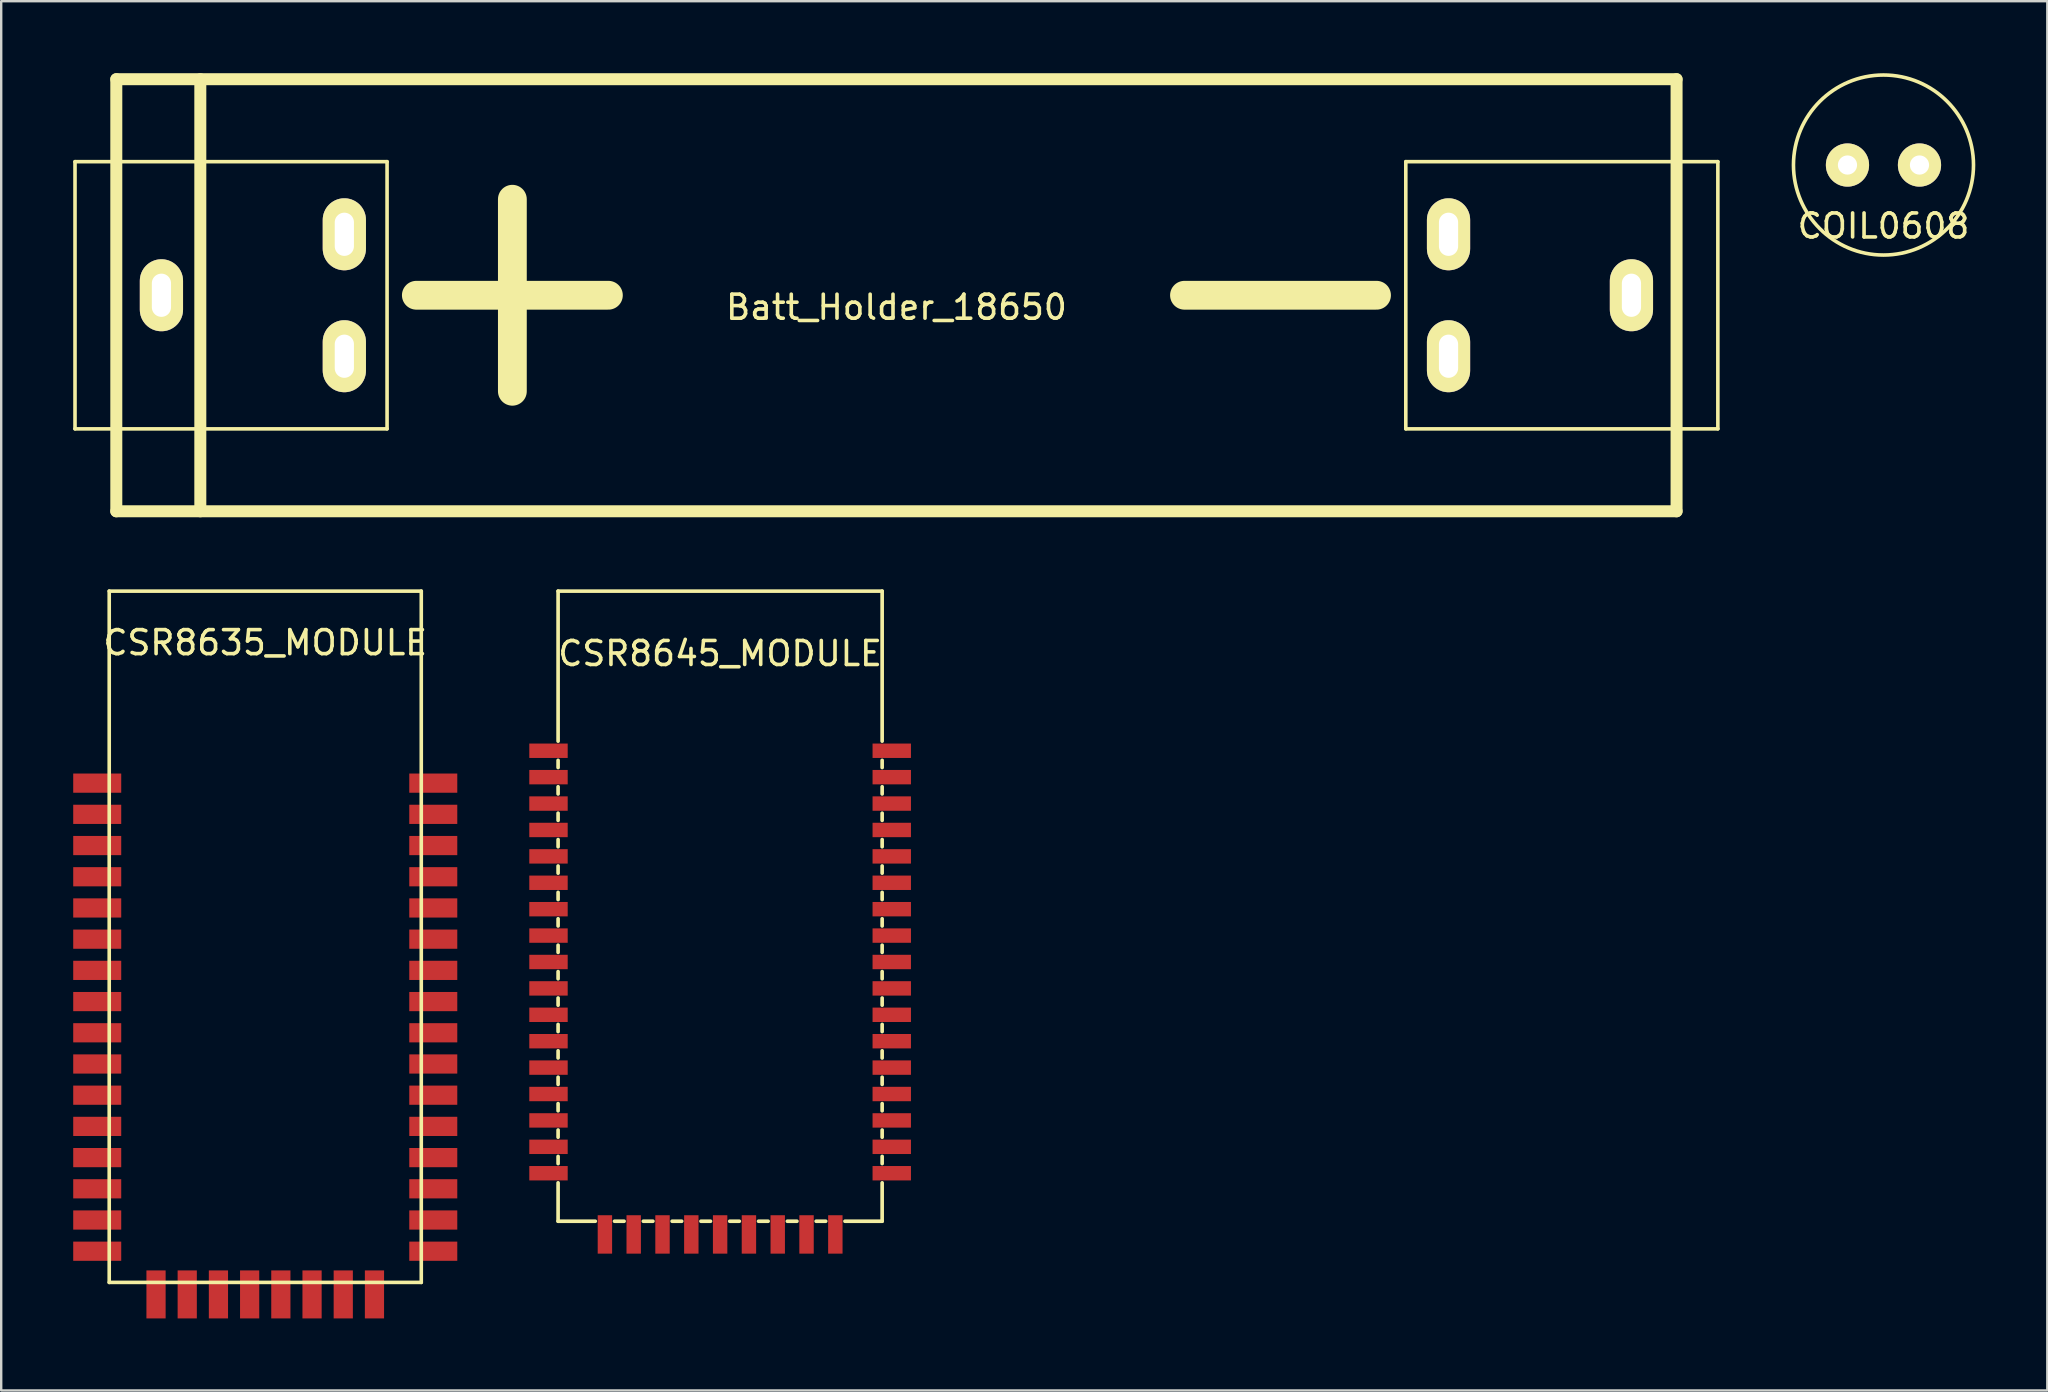
<source format=kicad_pcb>
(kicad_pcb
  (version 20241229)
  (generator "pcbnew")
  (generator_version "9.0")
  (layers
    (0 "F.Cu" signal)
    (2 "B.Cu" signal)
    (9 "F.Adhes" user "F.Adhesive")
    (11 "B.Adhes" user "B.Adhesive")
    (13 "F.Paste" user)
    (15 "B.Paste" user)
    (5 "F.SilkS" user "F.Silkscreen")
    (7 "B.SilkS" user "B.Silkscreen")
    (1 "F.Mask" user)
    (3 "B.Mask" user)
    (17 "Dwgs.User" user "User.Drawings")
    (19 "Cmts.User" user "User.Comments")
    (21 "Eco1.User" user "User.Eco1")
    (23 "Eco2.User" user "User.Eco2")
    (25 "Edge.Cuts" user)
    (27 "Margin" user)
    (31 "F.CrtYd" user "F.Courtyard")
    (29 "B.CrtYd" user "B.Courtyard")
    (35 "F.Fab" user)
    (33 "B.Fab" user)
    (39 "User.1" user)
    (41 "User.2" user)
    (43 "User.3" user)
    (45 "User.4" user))
  (footprint "COIL0608"
    (layer "F.Cu")
    (at 75.415 3.825)
    (property "Reference" "COIL0608" (at 0 2.54 0) (layer "F.SilkS") (effects (font (size 1 1) (thickness 0.15))))
    (attr through_hole)
    (fp_circle (center 0 0) (end 0 3.75) (stroke (width 0.15) (type solid)) (fill no) (layer "F.SilkS"))
    (pad "1" thru_hole circle (at 1.5 0) (size 1.8 1.8) (drill 0.8) (layers "*.Cu" "*.Mask" "F.SilkS"))
    (pad "2" thru_hole circle (at -1.5 0) (size 1.8 1.8) (drill 0.8) (layers "*.Cu" "*.Mask" "F.SilkS")))
  (footprint "CSR8635_MODULE"
    (layer "F.Cu")
    (at 8 50.375)
    (property "Reference" "CSR8635_MODULE" (at 0 -26.65 0) (layer "F.SilkS") (effects (font (size 1 1) (thickness 0.15))))
    (attr through_hole)
    (fp_line (start -6.5 0) (end -6.5 -28.8) (stroke (width 0.15) (type solid)) (layer "F.SilkS"))
    (fp_line (start -6.5 0) (end 6.5 0) (stroke (width 0.15) (type solid)) (layer "F.SilkS"))
    (fp_line (start 6.5 -28.8) (end -6.5 -28.8) (stroke (width 0.15) (type solid)) (layer "F.SilkS"))
    (fp_line (start 6.5 0) (end 6.5 -28.8) (stroke (width 0.15) (type solid)) (layer "F.SilkS"))
    (pad "1" smd rect (at -7 -20.8) (size 2 0.8) (layers "F.Cu" "F.Mask" "F.Paste"))
    (pad "2" smd rect (at -7 -19.5) (size 2 0.8) (layers "F.Cu" "F.Mask" "F.Paste"))
    (pad "3" smd rect (at -7 -18.2) (size 2 0.8) (layers "F.Cu" "F.Mask" "F.Paste"))
    (pad "4" smd rect (at -7 -16.9) (size 2 0.8) (layers "F.Cu" "F.Mask" "F.Paste"))
    (pad "5" smd rect (at -7 -15.6) (size 2 0.8) (layers "F.Cu" "F.Mask" "F.Paste"))
    (pad "6" smd rect (at -7 -14.3) (size 2 0.8) (layers "F.Cu" "F.Mask" "F.Paste"))
    (pad "7" smd rect (at -7 -13) (size 2 0.8) (layers "F.Cu" "F.Mask" "F.Paste"))
    (pad "8" smd rect (at -7 -11.7) (size 2 0.8) (layers "F.Cu" "F.Mask" "F.Paste"))
    (pad "9" smd rect (at -7 -10.4) (size 2 0.8) (layers "F.Cu" "F.Mask" "F.Paste"))
    (pad "10" smd rect (at -7 -9.1) (size 2 0.8) (layers "F.Cu" "F.Mask" "F.Paste"))
    (pad "11" smd rect (at -7 -7.8) (size 2 0.8) (layers "F.Cu" "F.Mask" "F.Paste"))
    (pad "12" smd rect (at -7 -6.5) (size 2 0.8) (layers "F.Cu" "F.Mask" "F.Paste"))
    (pad "13" smd rect (at -7 -5.2) (size 2 0.8) (layers "F.Cu" "F.Mask" "F.Paste"))
    (pad "14" smd rect (at -7 -3.9) (size 2 0.8) (layers "F.Cu" "F.Mask" "F.Paste"))
    (pad "15" smd rect (at -7 -2.6) (size 2 0.8) (layers "F.Cu" "F.Mask" "F.Paste"))
    (pad "16" smd rect (at -7 -1.3) (size 2 0.8) (layers "F.Cu" "F.Mask" "F.Paste"))
    (pad "17" smd rect (at -4.55 0.5 90) (size 2 0.8) (layers "F.Cu" "F.Mask" "F.Paste"))
    (pad "18" smd rect (at -3.25 0.5 90) (size 2 0.8) (layers "F.Cu" "F.Mask" "F.Paste"))
    (pad "19" smd rect (at -1.95 0.5 90) (size 2 0.8) (layers "F.Cu" "F.Mask" "F.Paste"))
    (pad "20" smd rect (at -0.65 0.5 90) (size 2 0.8) (layers "F.Cu" "F.Mask" "F.Paste"))
    (pad "21" smd rect (at 0.65 0.5 90) (size 2 0.8) (layers "F.Cu" "F.Mask" "F.Paste"))
    (pad "22" smd rect (at 1.95 0.5 90) (size 2 0.8) (layers "F.Cu" "F.Mask" "F.Paste"))
    (pad "23" smd rect (at 3.25 0.5 90) (size 2 0.8) (layers "F.Cu" "F.Mask" "F.Paste"))
    (pad "24" smd rect (at 4.55 0.5 90) (size 2 0.8) (layers "F.Cu" "F.Mask" "F.Paste"))
    (pad "25" smd rect (at 7 -1.3) (size 2 0.8) (layers "F.Cu" "F.Mask" "F.Paste"))
    (pad "26" smd rect (at 7 -2.6) (size 2 0.8) (layers "F.Cu" "F.Mask" "F.Paste"))
    (pad "27" smd rect (at 7 -3.9) (size 2 0.8) (layers "F.Cu" "F.Mask" "F.Paste"))
    (pad "28" smd rect (at 7 -5.2) (size 2 0.8) (layers "F.Cu" "F.Mask" "F.Paste"))
    (pad "29" smd rect (at 7 -6.5) (size 2 0.8) (layers "F.Cu" "F.Mask" "F.Paste"))
    (pad "30" smd rect (at 7 -7.8) (size 2 0.8) (layers "F.Cu" "F.Mask" "F.Paste"))
    (pad "31" smd rect (at 7 -9.1) (size 2 0.8) (layers "F.Cu" "F.Mask" "F.Paste"))
    (pad "32" smd rect (at 7 -10.4) (size 2 0.8) (layers "F.Cu" "F.Mask" "F.Paste"))
    (pad "33" smd rect (at 7 -11.7) (size 2 0.8) (layers "F.Cu" "F.Mask" "F.Paste"))
    (pad "34" smd rect (at 7 -13) (size 2 0.8) (layers "F.Cu" "F.Mask" "F.Paste"))
    (pad "35" smd rect (at 7 -14.3) (size 2 0.8) (layers "F.Cu" "F.Mask" "F.Paste"))
    (pad "36" smd rect (at 7 -15.6) (size 2 0.8) (layers "F.Cu" "F.Mask" "F.Paste"))
    (pad "37" smd rect (at 7 -16.9) (size 2 0.8) (layers "F.Cu" "F.Mask" "F.Paste"))
    (pad "38" smd rect (at 7 -18.2) (size 2 0.8) (layers "F.Cu" "F.Mask" "F.Paste"))
    (pad "39" smd rect (at 7 -19.5) (size 2 0.8) (layers "F.Cu" "F.Mask" "F.Paste"))
    (pad "40" smd rect (at 7 -20.8) (size 2 0.8) (layers "F.Cu" "F.Mask" "F.Paste")))
  (footprint "CSR8645_MODULE"
    (layer "F.Cu")
    (at 26.95 47.826)
    (property "Reference" "CSR8645_MODULE" (at 0 -23.65 0) (layer "F.SilkS") (effects (font (size 1 1) (thickness 0.15))))
    (attr through_hole)
    (fp_line (start -6.75 -26.25) (end 6.75 -26.25) (stroke (width 0.152) (type solid)) (layer "F.SilkS"))
    (fp_line (start -6.75 -20) (end -6.75 -26.25) (stroke (width 0.152) (type solid)) (layer "F.SilkS"))
    (fp_line (start -6.75 -19.2) (end -6.75 -18.9) (stroke (width 0.152) (type solid)) (layer "F.SilkS"))
    (fp_line (start -6.75 -18.1) (end -6.75 -17.8) (stroke (width 0.152) (type solid)) (layer "F.SilkS"))
    (fp_line (start -6.75 -17) (end -6.75 -16.7) (stroke (width 0.152) (type solid)) (layer "F.SilkS"))
    (fp_line (start -6.75 -15.9) (end -6.75 -15.6) (stroke (width 0.152) (type solid)) (layer "F.SilkS"))
    (fp_line (start -6.75 -14.8) (end -6.75 -14.5) (stroke (width 0.152) (type solid)) (layer "F.SilkS"))
    (fp_line (start -6.75 -13.7) (end -6.75 -13.4) (stroke (width 0.152) (type solid)) (layer "F.SilkS"))
    (fp_line (start -6.75 -12.6) (end -6.75 -12.3) (stroke (width 0.152) (type solid)) (layer "F.SilkS"))
    (fp_line (start -6.75 -11.5) (end -6.75 -11.2) (stroke (width 0.152) (type solid)) (layer "F.SilkS"))
    (fp_line (start -6.75 -10.4) (end -6.75 -10.1) (stroke (width 0.152) (type solid)) (layer "F.SilkS"))
    (fp_line (start -6.75 -9.3) (end -6.75 -9) (stroke (width 0.152) (type solid)) (layer "F.SilkS"))
    (fp_line (start -6.75 -8.2) (end -6.75 -7.9) (stroke (width 0.152) (type solid)) (layer "F.SilkS"))
    (fp_line (start -6.75 -7.1) (end -6.75 -6.8) (stroke (width 0.152) (type solid)) (layer "F.SilkS"))
    (fp_line (start -6.75 -6) (end -6.75 -5.7) (stroke (width 0.152) (type solid)) (layer "F.SilkS"))
    (fp_line (start -6.75 -4.9) (end -6.75 -4.6) (stroke (width 0.152) (type solid)) (layer "F.SilkS"))
    (fp_line (start -6.75 -3.8) (end -6.75 -3.5) (stroke (width 0.152) (type solid)) (layer "F.SilkS"))
    (fp_line (start -6.75 -2.7) (end -6.75 -2.4) (stroke (width 0.152) (type solid)) (layer "F.SilkS"))
    (fp_line (start -6.75 -1.6) (end -6.75 0) (stroke (width 0.152) (type solid)) (layer "F.SilkS"))
    (fp_line (start -6.75 0) (end -5.2 0) (stroke (width 0.152) (type solid)) (layer "F.SilkS"))
    (fp_line (start -4.4 0) (end -4 0) (stroke (width 0.152) (type solid)) (layer "F.SilkS"))
    (fp_line (start -3.2 0) (end -2.8 0) (stroke (width 0.152) (type solid)) (layer "F.SilkS"))
    (fp_line (start -2 0) (end -1.6 0) (stroke (width 0.152) (type solid)) (layer "F.SilkS"))
    (fp_line (start -0.8 0) (end -0.4 0) (stroke (width 0.152) (type solid)) (layer "F.SilkS"))
    (fp_line (start 0.4 0) (end 0.8 0) (stroke (width 0.152) (type solid)) (layer "F.SilkS"))
    (fp_line (start 1.6 0) (end 2 0) (stroke (width 0.152) (type solid)) (layer "F.SilkS"))
    (fp_line (start 2.8 0) (end 3.2 0) (stroke (width 0.152) (type solid)) (layer "F.SilkS"))
    (fp_line (start 4 0) (end 4.4 0) (stroke (width 0.152) (type solid)) (layer "F.SilkS"))
    (fp_line (start 5.2 0) (end 6.75 0) (stroke (width 0.152) (type solid)) (layer "F.SilkS"))
    (fp_line (start 6.75 -26.25) (end 6.75 -20) (stroke (width 0.152) (type solid)) (layer "F.SilkS"))
    (fp_line (start 6.75 -19.2) (end 6.75 -18.9) (stroke (width 0.152) (type solid)) (layer "F.SilkS"))
    (fp_line (start 6.75 -18.1) (end 6.75 -17.8) (stroke (width 0.152) (type solid)) (layer "F.SilkS"))
    (fp_line (start 6.75 -17) (end 6.75 -16.7) (stroke (width 0.152) (type solid)) (layer "F.SilkS"))
    (fp_line (start 6.75 -15.9) (end 6.75 -15.6) (stroke (width 0.152) (type solid)) (layer "F.SilkS"))
    (fp_line (start 6.75 -14.8) (end 6.75 -14.5) (stroke (width 0.152) (type solid)) (layer "F.SilkS"))
    (fp_line (start 6.75 -13.7) (end 6.75 -13.4) (stroke (width 0.152) (type solid)) (layer "F.SilkS"))
    (fp_line (start 6.75 -12.6) (end 6.75 -12.3) (stroke (width 0.152) (type solid)) (layer "F.SilkS"))
    (fp_line (start 6.75 -11.5) (end 6.75 -11.2) (stroke (width 0.152) (type solid)) (layer "F.SilkS"))
    (fp_line (start 6.75 -10.4) (end 6.75 -10.1) (stroke (width 0.152) (type solid)) (layer "F.SilkS"))
    (fp_line (start 6.75 -9.3) (end 6.75 -9) (stroke (width 0.152) (type solid)) (layer "F.SilkS"))
    (fp_line (start 6.75 -8.2) (end 6.75 -7.9) (stroke (width 0.152) (type solid)) (layer "F.SilkS"))
    (fp_line (start 6.75 -7.1) (end 6.75 -6.8) (stroke (width 0.152) (type solid)) (layer "F.SilkS"))
    (fp_line (start 6.75 -6) (end 6.75 -5.7) (stroke (width 0.152) (type solid)) (layer "F.SilkS"))
    (fp_line (start 6.75 -4.9) (end 6.75 -4.6) (stroke (width 0.152) (type solid)) (layer "F.SilkS"))
    (fp_line (start 6.75 -3.8) (end 6.75 -3.5) (stroke (width 0.152) (type solid)) (layer "F.SilkS"))
    (fp_line (start 6.75 -2.7) (end 6.75 -2.4) (stroke (width 0.152) (type solid)) (layer "F.SilkS"))
    (fp_line (start 6.75 0) (end 6.75 -1.6) (stroke (width 0.152) (type solid)) (layer "F.SilkS"))
    (pad "1" smd rect (at -7.15 -19.6) (size 1.6 0.6) (layers "F.Cu" "F.Mask" "F.Paste"))
    (pad "2" smd rect (at -7.15 -18.5) (size 1.6 0.6) (layers "F.Cu" "F.Mask" "F.Paste"))
    (pad "3" smd rect (at -7.15 -17.4) (size 1.6 0.6) (layers "F.Cu" "F.Mask" "F.Paste"))
    (pad "4" smd rect (at -7.15 -16.3) (size 1.6 0.6) (layers "F.Cu" "F.Mask" "F.Paste"))
    (pad "5" smd rect (at -7.15 -15.2) (size 1.6 0.6) (layers "F.Cu" "F.Mask" "F.Paste"))
    (pad "6" smd rect (at -7.15 -14.1) (size 1.6 0.6) (layers "F.Cu" "F.Mask" "F.Paste"))
    (pad "7" smd rect (at -7.15 -13) (size 1.6 0.6) (layers "F.Cu" "F.Mask" "F.Paste"))
    (pad "8" smd rect (at -7.15 -11.9) (size 1.6 0.6) (layers "F.Cu" "F.Mask" "F.Paste"))
    (pad "9" smd rect (at -7.15 -10.8) (size 1.6 0.6) (layers "F.Cu" "F.Mask" "F.Paste"))
    (pad "10" smd rect (at -7.15 -9.7) (size 1.6 0.6) (layers "F.Cu" "F.Mask" "F.Paste"))
    (pad "11" smd rect (at -7.15 -8.6) (size 1.6 0.6) (layers "F.Cu" "F.Mask" "F.Paste"))
    (pad "12" smd rect (at -7.15 -7.5) (size 1.6 0.6) (layers "F.Cu" "F.Mask" "F.Paste"))
    (pad "13" smd rect (at -7.15 -6.4) (size 1.6 0.6) (layers "F.Cu" "F.Mask" "F.Paste"))
    (pad "14" smd rect (at -7.15 -5.3) (size 1.6 0.6) (layers "F.Cu" "F.Mask" "F.Paste"))
    (pad "15" smd rect (at -7.15 -4.2) (size 1.6 0.6) (layers "F.Cu" "F.Mask" "F.Paste"))
    (pad "16" smd rect (at -7.15 -3.1) (size 1.6 0.6) (layers "F.Cu" "F.Mask" "F.Paste"))
    (pad "17" smd rect (at -7.15 -2) (size 1.6 0.6) (layers "F.Cu" "F.Mask" "F.Paste"))
    (pad "18" smd rect (at -4.8 0.55 90) (size 1.6 0.6) (layers "F.Cu" "F.Mask" "F.Paste"))
    (pad "19" smd rect (at -3.6 0.55 90) (size 1.6 0.6) (layers "F.Cu" "F.Mask" "F.Paste"))
    (pad "20" smd rect (at -2.4 0.55 90) (size 1.6 0.6) (layers "F.Cu" "F.Mask" "F.Paste"))
    (pad "21" smd rect (at -1.2 0.55 90) (size 1.6 0.6) (layers "F.Cu" "F.Mask" "F.Paste"))
    (pad "22" smd rect (at 0 0.55 90) (size 1.6 0.6) (layers "F.Cu" "F.Mask" "F.Paste"))
    (pad "23" smd rect (at 1.2 0.55 90) (size 1.6 0.6) (layers "F.Cu" "F.Mask" "F.Paste"))
    (pad "24" smd rect (at 2.4 0.55 90) (size 1.6 0.6) (layers "F.Cu" "F.Mask" "F.Paste"))
    (pad "25" smd rect (at 3.6 0.55 90) (size 1.6 0.6) (layers "F.Cu" "F.Mask" "F.Paste"))
    (pad "26" smd rect (at 4.8 0.55 90) (size 1.6 0.6) (layers "F.Cu" "F.Mask" "F.Paste"))
    (pad "27" smd rect (at 7.15 -2) (size 1.6 0.6) (layers "F.Cu" "F.Mask" "F.Paste"))
    (pad "28" smd rect (at 7.15 -3.1) (size 1.6 0.6) (layers "F.Cu" "F.Mask" "F.Paste"))
    (pad "29" smd rect (at 7.15 -4.2) (size 1.6 0.6) (layers "F.Cu" "F.Mask" "F.Paste"))
    (pad "30" smd rect (at 7.15 -5.3) (size 1.6 0.6) (layers "F.Cu" "F.Mask" "F.Paste"))
    (pad "31" smd rect (at 7.15 -6.4) (size 1.6 0.6) (layers "F.Cu" "F.Mask" "F.Paste"))
    (pad "32" smd rect (at 7.15 -7.5) (size 1.6 0.6) (layers "F.Cu" "F.Mask" "F.Paste"))
    (pad "33" smd rect (at 7.15 -8.6) (size 1.6 0.6) (layers "F.Cu" "F.Mask" "F.Paste"))
    (pad "34" smd rect (at 7.15 -9.7) (size 1.6 0.6) (layers "F.Cu" "F.Mask" "F.Paste"))
    (pad "35" smd rect (at 7.15 -10.8) (size 1.6 0.6) (layers "F.Cu" "F.Mask" "F.Paste"))
    (pad "36" smd rect (at 7.15 -11.9) (size 1.6 0.6) (layers "F.Cu" "F.Mask" "F.Paste"))
    (pad "37" smd rect (at 7.15 -13) (size 1.6 0.6) (layers "F.Cu" "F.Mask" "F.Paste"))
    (pad "38" smd rect (at 7.15 -14.1) (size 1.6 0.6) (layers "F.Cu" "F.Mask" "F.Paste"))
    (pad "39" smd rect (at 7.15 -15.2) (size 1.6 0.6) (layers "F.Cu" "F.Mask" "F.Paste"))
    (pad "40" smd rect (at 7.15 -16.3) (size 1.6 0.6) (layers "F.Cu" "F.Mask" "F.Paste"))
    (pad "41" smd rect (at 7.15 -17.4) (size 1.6 0.6) (layers "F.Cu" "F.Mask" "F.Paste"))
    (pad "42" smd rect (at 7.15 -18.5) (size 1.6 0.6) (layers "F.Cu" "F.Mask" "F.Paste"))
    (pad "43" smd rect (at 7.15 -19.6) (size 1.6 0.6) (layers "F.Cu" "F.Mask" "F.Paste")))
  (footprint "Batt_Holder_18650"
    (layer "F.Cu")
    (at 34.295 9.25)
    (property "Reference" "Batt_Holder_18650" (at 0 0.5 0) (layer "F.SilkS") (effects (font (size 1 1) (thickness 0.15))))
    (attr through_hole)
    (fp_line (start -34.22 -5.565) (end -21.22 -5.565) (stroke (width 0.15) (type solid)) (layer "F.SilkS"))
    (fp_line (start -34.22 5.565) (end -34.22 -5.565) (stroke (width 0.15) (type solid)) (layer "F.SilkS"))
    (fp_line (start -32.5 -9) (end 32.5 -9) (stroke (width 0.5) (type solid)) (layer "F.SilkS"))
    (fp_line (start -32.5 9) (end -32.5 -9) (stroke (width 0.5) (type solid)) (layer "F.SilkS"))
    (fp_line (start -29 -9) (end -29 9) (stroke (width 0.5) (type solid)) (layer "F.SilkS"))
    (fp_line (start -21.22 -5.565) (end -21.22 5.565) (stroke (width 0.15) (type solid)) (layer "F.SilkS"))
    (fp_line (start -21.22 5.565) (end -34.22 5.565) (stroke (width 0.15) (type solid)) (layer "F.SilkS"))
    (fp_line (start -20 0) (end -12 0) (stroke (width 1.2) (type solid)) (layer "F.SilkS"))
    (fp_line (start -16 -4) (end -16 4) (stroke (width 1.2) (type solid)) (layer "F.SilkS"))
    (fp_line (start 12 0) (end 20 0) (stroke (width 1.2) (type solid)) (layer "F.SilkS"))
    (fp_line (start 21.22 -5.565) (end 21.22 5.565) (stroke (width 0.15) (type solid)) (layer "F.SilkS"))
    (fp_line (start 32.5 -9) (end 32.5 9) (stroke (width 0.5) (type solid)) (layer "F.SilkS"))
    (fp_line (start 32.5 9) (end -32.5 9) (stroke (width 0.5) (type solid)) (layer "F.SilkS"))
    (fp_line (start 34.22 -5.565) (end 21.22 -5.565) (stroke (width 0.15) (type solid)) (layer "F.SilkS"))
    (fp_line (start 34.22 -5.565) (end 34.22 5.565) (stroke (width 0.15) (type solid)) (layer "F.SilkS"))
    (fp_line (start 34.22 5.565) (end 21.22 5.565) (stroke (width 0.15) (type solid)) (layer "F.SilkS"))
    (pad "1" thru_hole oval (at -30.62 0) (size 1.8 3) (drill oval 0.8 1.8) (layers "*.Cu" "*.Mask" "F.SilkS"))
    (pad "1" thru_hole oval (at -23 -2.54) (size 1.8 3) (drill oval 0.8 1.8) (layers "*.Cu" "*.Mask" "F.SilkS"))
    (pad "1" thru_hole oval (at -23 2.54) (size 1.8 3) (drill oval 0.8 1.8) (layers "*.Cu" "*.Mask" "F.SilkS"))
    (pad "2" thru_hole oval (at 23 -2.54) (size 1.8 3) (drill oval 0.8 1.8) (layers "*.Cu" "*.Mask" "F.SilkS"))
    (pad "2" thru_hole oval (at 23 2.54) (size 1.8 3) (drill oval 0.8 1.8) (layers "*.Cu" "*.Mask" "F.SilkS"))
    (pad "2" thru_hole oval (at 30.62 0) (size 1.8 3) (drill oval 0.8 1.8) (layers "*.Cu" "*.Mask" "F.SilkS")))
  (gr_rect
    (start -3 -3)
    (end 82.24 54.875)
    (stroke (width 0.1) (type default))
    (fill no)
    (layer "Edge.Cuts")))
</source>
